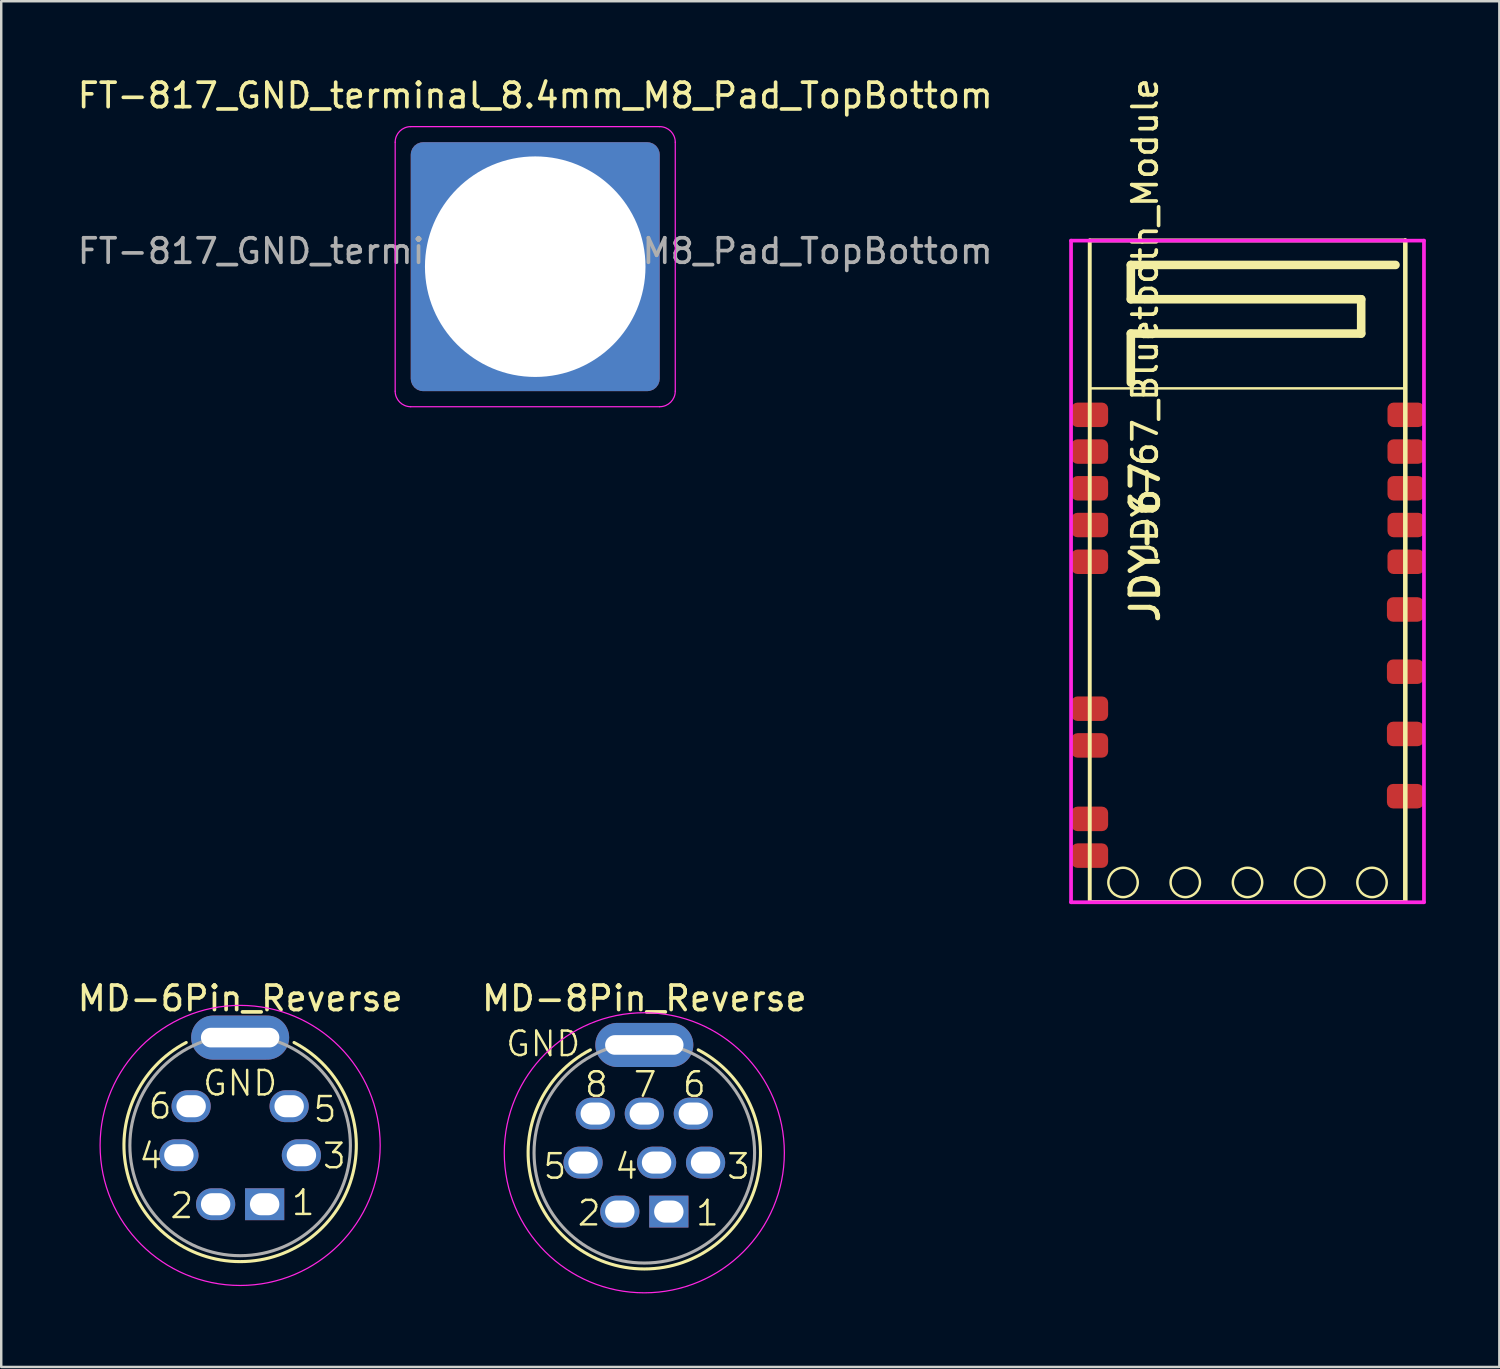
<source format=kicad_pcb>
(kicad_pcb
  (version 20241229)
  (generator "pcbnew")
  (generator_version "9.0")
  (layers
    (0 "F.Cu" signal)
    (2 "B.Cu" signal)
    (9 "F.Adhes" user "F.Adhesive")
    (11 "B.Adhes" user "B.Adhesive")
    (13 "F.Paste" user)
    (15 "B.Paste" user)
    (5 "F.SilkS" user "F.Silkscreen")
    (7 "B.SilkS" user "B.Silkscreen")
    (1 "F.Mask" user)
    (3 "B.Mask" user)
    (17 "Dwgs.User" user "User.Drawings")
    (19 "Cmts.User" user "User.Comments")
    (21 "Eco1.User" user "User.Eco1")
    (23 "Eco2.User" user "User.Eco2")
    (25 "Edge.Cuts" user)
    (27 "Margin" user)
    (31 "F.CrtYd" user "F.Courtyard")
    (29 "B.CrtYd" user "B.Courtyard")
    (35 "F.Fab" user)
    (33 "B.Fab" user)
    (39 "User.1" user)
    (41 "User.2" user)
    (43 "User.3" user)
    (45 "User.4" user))
  (footprint "FT-817_GND_terminal_8.4mm_M8_Pad_TopBottom"
    (layer "F.Cu")
    (at 18.792 7.833)
    (property "Reference" "FT-817_GND_terminal_8.4mm_M8_Pad_TopBottom" (at 0 -6.985 0) (layer "F.SilkS") (effects (font (size 1 1) (thickness 0.15))))
    (attr exclude_from_pos_files)
    (fp_circle (center 0 0) (end 4.1 0) (stroke (width 0.15) (type solid)) (fill no) (layer "Cmts.User"))
    (fp_line (start -5.715 5.08) (end -5.715 -5.08) (stroke (width 0.05) (type default)) (layer "F.CrtYd"))
    (fp_line (start -5.08 -5.715) (end 5.08 -5.715) (stroke (width 0.05) (type default)) (layer "F.CrtYd"))
    (fp_line (start 5.08 5.715) (end -5.08 5.715) (stroke (width 0.05) (type default)) (layer "F.CrtYd"))
    (fp_line (start 5.715 -5.08) (end 5.715 5.08) (stroke (width 0.05) (type default)) (layer "F.CrtYd"))
    (fp_arc (start -5.715 -5.08) (mid -5.529013 -5.529013) (end -5.08 -5.715) (stroke (width 0.05) (type default)) (layer "F.CrtYd"))
    (fp_arc (start -5.08 5.715) (mid -5.529013 5.529013) (end -5.715 5.08) (stroke (width 0.05) (type default)) (layer "F.CrtYd"))
    (fp_arc (start 5.08 -5.715) (mid 5.529013 -5.529013) (end 5.715 -5.08) (stroke (width 0.05) (type default)) (layer "F.CrtYd"))
    (fp_arc (start 5.715 5.08) (mid 5.529013 5.529013) (end 5.08 5.715) (stroke (width 0.05) (type default)) (layer "F.CrtYd"))
    (fp_text user "${REFERENCE}" (at 0 -0.635 0) (layer "F.Fab") (effects (font (size 1 1) (thickness 0.15))))
    (pad "1" thru_hole circle (at 0 0) (size 10 10) (drill 9) (layers "*.Cu" "*.Mask"))
    (pad "1" connect roundrect (at 0 0) (size 10.16 10.16) (layers "F.Cu" "F.Mask") (roundrect_rratio 0.05))
    (pad "1" connect roundrect (at 0 0) (size 10.16 10.16) (layers "B.Cu" "B.Mask") (roundrect_rratio 0.05)))
  (footprint "MD-8Pin_Reverse"
    (layer "F.Cu")
    (at 23.244 43.994)
    (property "Reference" "MD-8Pin_Reverse" (at 0 -6.3 180) (layer "F.SilkS") (effects (font (size 1 1) (thickness 0.15))))
    (attr through_hole)
    (fp_arc (start 2.2 -4.199999) (mid 0 4.741307) (end -2.2 -4.199999) (stroke (width 0.127) (type default)) (layer "F.SilkS"))
    (fp_circle (center 0 0) (end 5.715 0) (stroke (width 0.05) (type default)) (fill no) (layer "F.CrtYd"))
    (fp_circle (center 0 0) (end 4.5 0) (stroke (width 0.127) (type default)) (fill no) (layer "F.Fab"))
    (fp_text user "7" (at -0.508 -2.2 0) (unlocked yes) (layer "F.SilkS") (effects (font (size 1 1) (thickness 0.1)) (justify left bottom)))
    (fp_text user "8" (at -2.5 -2.2 0) (unlocked yes) (layer "F.SilkS") (effects (font (size 1 1) (thickness 0.1)) (justify left bottom)))
    (fp_text user "2" (at -2.794 3.048 0) (unlocked yes) (layer "F.SilkS") (effects (font (size 1 1) (thickness 0.1)) (justify left bottom)))
    (fp_text user "5" (at -4.191 1.143 0) (unlocked yes) (layer "F.SilkS") (effects (font (size 1 1) (thickness 0.1)) (justify left bottom)))
    (fp_text user "GND" (at -5.715 -4.445 0) (unlocked yes) (layer "F.SilkS") (effects (font (size 1 1) (thickness 0.1)) (justify left)))
    (fp_text user "3" (at 3.302 1.143 0) (unlocked yes) (layer "F.SilkS") (effects (font (size 1 1) (thickness 0.1)) (justify left bottom)))
    (fp_text user "6" (at 1.5 -2.2 0) (unlocked yes) (layer "F.SilkS") (effects (font (size 1 1) (thickness 0.1)) (justify left bottom)))
    (fp_text user "4" (at -1.27 1.143 0) (unlocked yes) (layer "F.SilkS") (effects (font (size 1 1) (thickness 0.1)) (justify left bottom)))
    (fp_text user "1" (at 2.032 3.048 0) (unlocked yes) (layer "F.SilkS") (effects (font (size 1 1) (thickness 0.1)) (justify left bottom)))
    (pad "1" thru_hole rect (at 1 2.4) (size 1.6 1.3) (drill oval 1.2 0.9) (layers "*.Cu" "*.Mask"))
    (pad "2" thru_hole oval (at -1 2.4) (size 1.6 1.3) (drill oval 1.2 0.9) (layers "*.Cu" "*.Mask"))
    (pad "3" thru_hole oval (at 2.5 0.4) (size 1.6 1.3) (drill oval 1.2 0.9) (layers "*.Cu" "*.Mask"))
    (pad "4" thru_hole oval (at 0.5 0.4) (size 1.6 1.3) (drill oval 1.2 0.9) (layers "*.Cu" "*.Mask"))
    (pad "5" thru_hole oval (at -2.5 0.4) (size 1.6 1.3) (drill oval 1.2 0.9) (layers "*.Cu" "*.Mask"))
    (pad "6" thru_hole oval (at 2 -1.6) (size 1.6 1.3) (drill oval 1.2 0.9) (layers "*.Cu" "*.Mask"))
    (pad "7" thru_hole oval (at 0 -1.6) (size 1.6 1.3) (drill oval 1.2 0.9) (layers "*.Cu" "*.Mask"))
    (pad "8" thru_hole oval (at -2 -1.6) (size 1.6 1.3) (drill oval 1.2 0.9) (layers "*.Cu" "*.Mask"))
    (pad "9" thru_hole oval (at 0 -4.4) (size 4 1.8) (drill oval 3.2 0.8) (layers "*.Cu" "*.Mask")))
  (footprint "MD-6Pin_Reverse"
    (layer "F.Cu")
    (at 6.75 43.694)
    (property "Reference" "MD-6Pin_Reverse" (at 0 -6 0) (layer "F.SilkS") (effects (font (size 1.001 1.001) (thickness 0.15))))
    (attr through_hole)
    (fp_arc (start 2.2 -4.199999) (mid 0 4.741307) (end -2.2 -4.199999) (stroke (width 0.127) (type default)) (layer "F.SilkS"))
    (fp_circle (center 0 0) (end 5.715 0) (stroke (width 0.05) (type default)) (fill no) (layer "F.CrtYd"))
    (fp_circle (center 0 0) (end 4.5 0) (stroke (width 0.127) (type default)) (fill no) (layer "F.Fab"))
    (fp_text user "1" (at 2.032 2.921 0) (unlocked yes) (layer "F.SilkS") (effects (font (size 1 1) (thickness 0.1)) (justify left bottom)))
    (fp_text user "2" (at -2.921 3.048 0) (unlocked yes) (layer "F.SilkS") (effects (font (size 1 1) (thickness 0.1)) (justify left bottom)))
    (fp_text user "6" (at -3.81 -1.016 0) (unlocked yes) (layer "F.SilkS") (effects (font (size 1 1) (thickness 0.1)) (justify left bottom)))
    (fp_text user "3" (at 3.302 1.016 0) (unlocked yes) (layer "F.SilkS") (effects (font (size 1 1) (thickness 0.1)) (justify left bottom)))
    (fp_text user "4" (at -4.191 1.016 0) (unlocked yes) (layer "F.SilkS") (effects (font (size 1 1) (thickness 0.1)) (justify left bottom)))
    (fp_text user "GND" (at 0 -2.54 0) (unlocked yes) (layer "F.SilkS") (effects (font (size 1 1) (thickness 0.1))))
    (fp_text user "5" (at 2.921 -0.889 0) (unlocked yes) (layer "F.SilkS") (effects (font (size 1 1) (thickness 0.1)) (justify left bottom)))
    (pad "1" thru_hole rect (at 1 2.4) (size 1.6 1.3) (drill oval 1.2 0.9) (layers "*.Cu" "*.Mask"))
    (pad "2" thru_hole oval (at -1 2.4) (size 1.6 1.3) (drill oval 1.2 0.9) (layers "*.Cu" "*.Mask"))
    (pad "3" thru_hole oval (at 2.5 0.4) (size 1.6 1.3) (drill oval 1.2 0.9) (layers "*.Cu" "*.Mask"))
    (pad "4" thru_hole oval (at -2.5 0.4) (size 1.6 1.3) (drill oval 1.2 0.9) (layers "*.Cu" "*.Mask"))
    (pad "5" thru_hole oval (at 2 -1.6) (size 1.6 1.3) (drill oval 1.2 0.9) (layers "*.Cu" "*.Mask"))
    (pad "6" thru_hole oval (at -2 -1.6) (size 1.6 1.3) (drill oval 1.2 0.9) (layers "*.Cu" "*.Mask"))
    (pad "7" thru_hole oval (at 0 -4.4) (size 4 1.8) (drill oval 3.2 0.8) (layers "*.Cu" "*.Mask")))
  (footprint "JDY-67_Bluetooth_Module"
    (layer "F.Cu")
    (at 41.422 6.762)
    (property "Reference" "JDY-67_Bluetooth_Module" (at 2.259 13.155 270) (layer "F.SilkS") (effects (font (size 1 1) (thickness 0.15)) (justify left)))
    (attr through_hole)
    (fp_line (start 0 6.036) (end 12.877 6.036) (stroke (width 0.1) (type solid)) (layer "F.SilkS"))
    (fp_line (start 0 27) (end 0 0) (stroke (width 0.16) (type solid)) (layer "F.SilkS"))
    (fp_line (start 1.677 1) (end 1.677 2.4) (stroke (width 0.35) (type solid)) (layer "F.SilkS"))
    (fp_line (start 1.677 2.4) (end 11.077 2.4) (stroke (width 0.35) (type solid)) (layer "F.SilkS"))
    (fp_line (start 1.677 3.8) (end 1.677 5.8) (stroke (width 0.35) (type solid)) (layer "F.SilkS"))
    (fp_line (start 11.077 2.4) (end 11.077 3.8) (stroke (width 0.35) (type solid)) (layer "F.SilkS"))
    (fp_line (start 11.077 3.8) (end 1.677 3.8) (stroke (width 0.35) (type solid)) (layer "F.SilkS"))
    (fp_line (start 12.477 1) (end 1.677 1) (stroke (width 0.35) (type solid)) (layer "F.SilkS"))
    (fp_line (start 12.877 0) (end 0 0) (stroke (width 0.16) (type solid)) (layer "F.SilkS"))
    (fp_line (start 12.877 0) (end 12.877 27) (stroke (width 0.16) (type solid)) (layer "F.SilkS"))
    (fp_line (start 12.877 27) (end 0 27) (stroke (width 0.16) (type solid)) (layer "F.SilkS"))
    (fp_line (start 12.877 27) (end 12.877 0) (stroke (width 0.16) (type solid)) (layer "F.SilkS"))
    (fp_line (start 12.877 27) (end 12.877 0) (stroke (width 0.16) (type solid)) (layer "F.SilkS"))
    (fp_circle (center 1.359 26.2) (end 1.959 26.2) (stroke (width 0.1) (type solid)) (fill no) (layer "F.SilkS"))
    (fp_circle (center 3.899 26.2) (end 4.499 26.2) (stroke (width 0.1) (type solid)) (fill no) (layer "F.SilkS"))
    (fp_circle (center 6.439 26.2) (end 7.039 26.2) (stroke (width 0.1) (type solid)) (fill no) (layer "F.SilkS"))
    (fp_circle (center 8.979 26.2) (end 9.579 26.2) (stroke (width 0.1) (type solid)) (fill no) (layer "F.SilkS"))
    (fp_circle (center 11.519 26.2) (end 12.119 26.2) (stroke (width 0.1) (type solid)) (fill no) (layer "F.SilkS"))
    (fp_line (start -0.763 0.008) (end 13.639 0.008) (stroke (width 0.152) (type solid)) (layer "F.CrtYd"))
    (fp_line (start -0.763 27.008) (end -0.763 0.008) (stroke (width 0.152) (type solid)) (layer "F.CrtYd"))
    (fp_line (start 13.639 0.008) (end 13.639 27.008) (stroke (width 0.152) (type solid)) (layer "F.CrtYd"))
    (fp_line (start 13.639 27.008) (end -0.763 27.008) (stroke (width 0.152) (type solid)) (layer "F.CrtYd"))
    (fp_text user "JDY-67" (at 2.259 15.695 270) (layer "F.SilkS") (effects (font (size 1.125 1.125) (thickness 0.203)) (justify left)))
    (pad "1" smd roundrect (at 0 7.117) (size 1.5 1) (layers "F.Cu" "F.Mask" "F.Paste") (roundrect_rratio 0.25))
    (pad "2" smd roundrect (at 0 8.616) (size 1.5 1) (layers "F.Cu" "F.Mask" "F.Paste") (roundrect_rratio 0.25))
    (pad "3" smd roundrect (at 0 10.115) (size 1.5 1) (layers "F.Cu" "F.Mask" "F.Paste") (roundrect_rratio 0.25))
    (pad "4" smd roundrect (at 0 11.614) (size 1.5 1) (layers "F.Cu" "F.Mask" "F.Paste") (roundrect_rratio 0.25))
    (pad "5" smd roundrect (at 0 13.113) (size 1.5 1) (layers "F.Cu" "F.Mask" "F.Paste") (roundrect_rratio 0.25))
    (pad "9" smd roundrect (at 0 19.109) (size 1.5 1) (layers "F.Cu" "F.Mask" "F.Paste") (roundrect_rratio 0.25))
    (pad "10" smd roundrect (at 0 20.608) (size 1.5 1) (layers "F.Cu" "F.Mask" "F.Paste") (roundrect_rratio 0.25))
    (pad "12" smd roundrect (at 0 23.606) (size 1.5 1) (layers "F.Cu" "F.Mask" "F.Paste") (roundrect_rratio 0.25))
    (pad "13" smd roundrect (at 0 25.105) (size 1.5 1) (layers "F.Cu" "F.Mask" "F.Paste") (roundrect_rratio 0.25))
    (pad "14" smd roundrect (at 12.877 22.68) (size 1.5 1) (layers "F.Cu" "F.Mask" "F.Paste") (roundrect_rratio 0.25))
    (pad "15" smd roundrect (at 12.877 20.14) (size 1.5 1) (layers "F.Cu" "F.Mask" "F.Paste") (roundrect_rratio 0.25))
    (pad "16" smd roundrect (at 12.877 17.6) (size 1.5 1) (layers "F.Cu" "F.Mask" "F.Paste") (roundrect_rratio 0.25))
    (pad "17" smd roundrect (at 12.877 15.06) (size 1.5 1) (layers "F.Cu" "F.Mask" "F.Paste") (roundrect_rratio 0.25))
    (pad "18" smd roundrect (at 12.9 13.113) (size 1.5 1) (layers "F.Cu" "F.Mask" "F.Paste") (roundrect_rratio 0.25))
    (pad "19" smd roundrect (at 12.9 11.614) (size 1.5 1) (layers "F.Cu" "F.Mask" "F.Paste") (roundrect_rratio 0.25))
    (pad "20" smd roundrect (at 12.9 10.115) (size 1.5 1) (layers "F.Cu" "F.Mask" "F.Paste") (roundrect_rratio 0.25))
    (pad "21" smd roundrect (at 12.9 8.616) (size 1.5 1) (layers "F.Cu" "F.Mask" "F.Paste") (roundrect_rratio 0.25))
    (pad "22" smd roundrect (at 12.9 7.117) (size 1.5 1) (layers "F.Cu" "F.Mask" "F.Paste") (roundrect_rratio 0.25)))
  (gr_rect
    (start -3 -3)
    (end 58.137 52.734)
    (stroke (width 0.1) (type default))
    (fill no)
    (layer "Edge.Cuts")))
</source>
